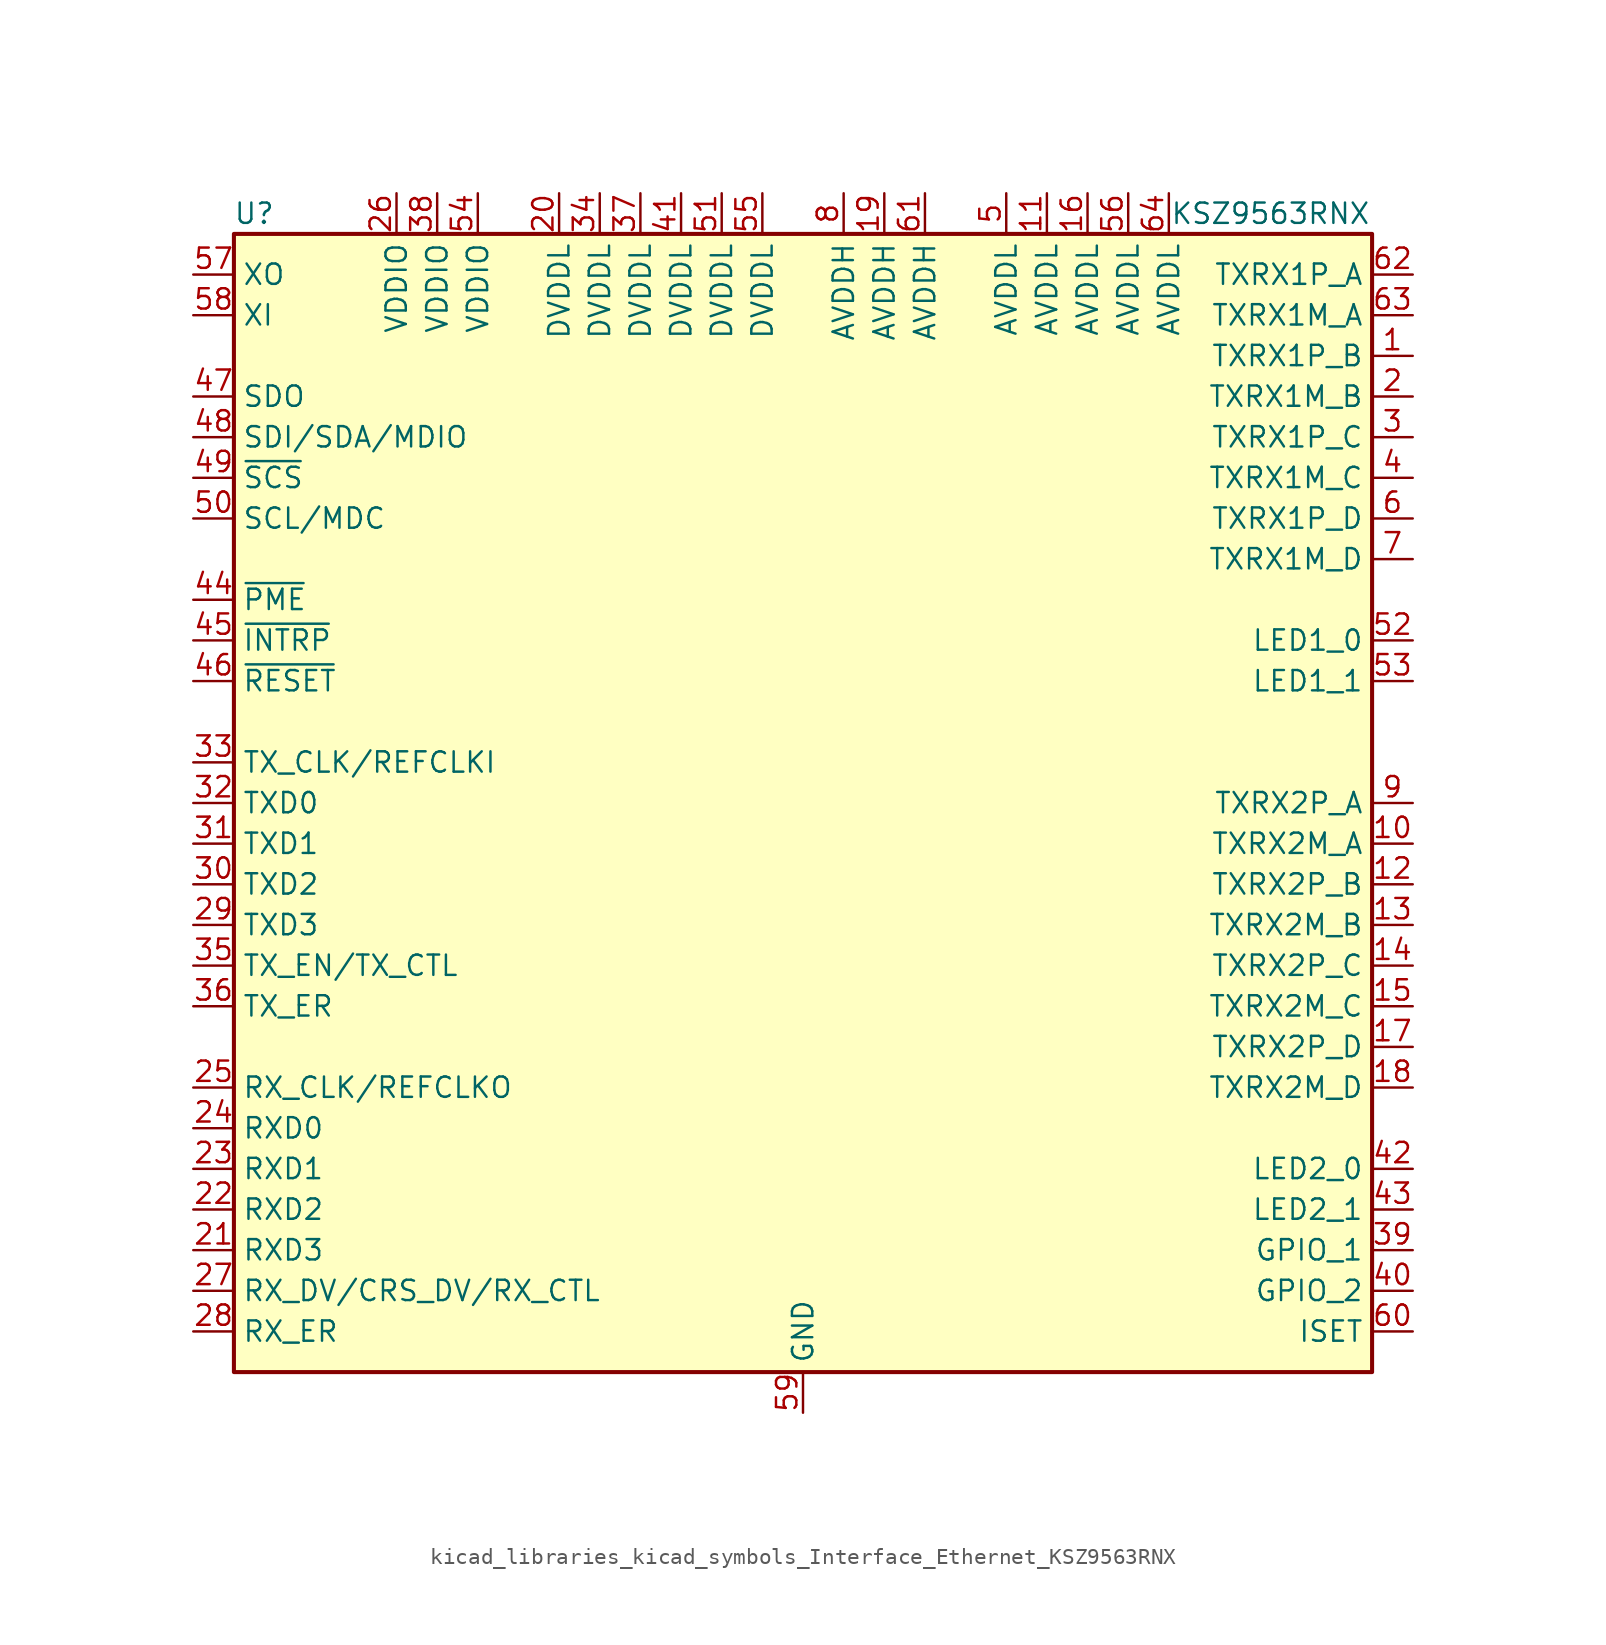
<source format=kicad_sym>
(kicad_symbol_lib
  (version 20220914)
  (generator kicad_symbol_editor)
  (symbol "kicad_libraries_kicad_symbols_Interface_Ethernet_KSZ9563RNX"
    (property "Reference" "U"
      (at -34.29 36.83 0)
      (effects (font (size 1.27 1.27))))
    (property "Value" "KSZ9563RNX"
      (at 29.21 36.83 0)
      (effects (font (size 1.27 1.27))))
    (symbol "kicad_libraries_kicad_symbols_Interface_Ethernet_KSZ9563RNX_0_1"
      (rectangle (start 35.56 -35.56) (end -35.56 35.56) (stroke (width 0.254) (type default)) (fill (type background))))
    (symbol "kicad_libraries_kicad_symbols_Interface_Ethernet_KSZ9563RNX_1_1"
      (pin passive line (at 38.1 27.94 180) (length 2.54) (name "TXRX1P_B" (effects (font (size 1.27 1.27)))) (number "1" (effects (font (size 1.27 1.27)))))
      (pin passive line (at 38.1 -2.54 180) (length 2.54) (name "TXRX2M_A" (effects (font (size 1.27 1.27)))) (number "10" (effects (font (size 1.27 1.27)))))
      (pin power_in line (at 15.24 38.1 270) (length 2.54) (name "AVDDL" (effects (font (size 1.27 1.27)))) (number "11" (effects (font (size 1.27 1.27)))))
      (pin passive line (at 38.1 -5.08 180) (length 2.54) (name "TXRX2P_B" (effects (font (size 1.27 1.27)))) (number "12" (effects (font (size 1.27 1.27)))))
      (pin passive line (at 38.1 -7.62 180) (length 2.54) (name "TXRX2M_B" (effects (font (size 1.27 1.27)))) (number "13" (effects (font (size 1.27 1.27)))))
      (pin passive line (at 38.1 -10.16 180) (length 2.54) (name "TXRX2P_C" (effects (font (size 1.27 1.27)))) (number "14" (effects (font (size 1.27 1.27)))))
      (pin passive line (at 38.1 -12.7 180) (length 2.54) (name "TXRX2M_C" (effects (font (size 1.27 1.27)))) (number "15" (effects (font (size 1.27 1.27)))))
      (pin power_in line (at 17.78 38.1 270) (length 2.54) (name "AVDDL" (effects (font (size 1.27 1.27)))) (number "16" (effects (font (size 1.27 1.27)))))
      (pin passive line (at 38.1 -15.24 180) (length 2.54) (name "TXRX2P_D" (effects (font (size 1.27 1.27)))) (number "17" (effects (font (size 1.27 1.27)))))
      (pin passive line (at 38.1 -17.78 180) (length 2.54) (name "TXRX2M_D" (effects (font (size 1.27 1.27)))) (number "18" (effects (font (size 1.27 1.27)))))
      (pin power_in line (at 5.08 38.1 270) (length 2.54) (name "AVDDH" (effects (font (size 1.27 1.27)))) (number "19" (effects (font (size 1.27 1.27)))))
      (pin passive line (at 38.1 25.4 180) (length 2.54) (name "TXRX1M_B" (effects (font (size 1.27 1.27)))) (number "2" (effects (font (size 1.27 1.27)))))
      (pin power_in line (at -15.24 38.1 270) (length 2.54) (name "DVDDL" (effects (font (size 1.27 1.27)))) (number "20" (effects (font (size 1.27 1.27)))))
      (pin output line (at -38.1 -27.94 0) (length 2.54) (name "RXD3" (effects (font (size 1.27 1.27)))) (number "21" (effects (font (size 1.27 1.27)))))
      (pin output line (at -38.1 -25.4 0) (length 2.54) (name "RXD2" (effects (font (size 1.27 1.27)))) (number "22" (effects (font (size 1.27 1.27)))))
      (pin output line (at -38.1 -22.86 0) (length 2.54) (name "RXD1" (effects (font (size 1.27 1.27)))) (number "23" (effects (font (size 1.27 1.27)))))
      (pin output line (at -38.1 -20.32 0) (length 2.54) (name "RXD0" (effects (font (size 1.27 1.27)))) (number "24" (effects (font (size 1.27 1.27)))))
      (pin bidirectional line (at -38.1 -17.78 0) (length 2.54) (name "RX_CLK/REFCLKO" (effects (font (size 1.27 1.27)))) (number "25" (effects (font (size 1.27 1.27)))))
      (pin power_in line (at -25.4 38.1 270) (length 2.54) (name "VDDIO" (effects (font (size 1.27 1.27)))) (number "26" (effects (font (size 1.27 1.27)))))
      (pin output line (at -38.1 -30.48 0) (length 2.54) (name "RX_DV/CRS_DV/RX_CTL" (effects (font (size 1.27 1.27)))) (number "27" (effects (font (size 1.27 1.27)))))
      (pin output line (at -38.1 -33.02 0) (length 2.54) (name "RX_ER" (effects (font (size 1.27 1.27)))) (number "28" (effects (font (size 1.27 1.27)))))
      (pin input line (at -38.1 -7.62 0) (length 2.54) (name "TXD3" (effects (font (size 1.27 1.27)))) (number "29" (effects (font (size 1.27 1.27)))))
      (pin passive line (at 38.1 22.86 180) (length 2.54) (name "TXRX1P_C" (effects (font (size 1.27 1.27)))) (number "3" (effects (font (size 1.27 1.27)))))
      (pin input line (at -38.1 -5.08 0) (length 2.54) (name "TXD2" (effects (font (size 1.27 1.27)))) (number "30" (effects (font (size 1.27 1.27)))))
      (pin input line (at -38.1 -2.54 0) (length 2.54) (name "TXD1" (effects (font (size 1.27 1.27)))) (number "31" (effects (font (size 1.27 1.27)))))
      (pin input line (at -38.1 0 0) (length 2.54) (name "TXD0" (effects (font (size 1.27 1.27)))) (number "32" (effects (font (size 1.27 1.27)))))
      (pin bidirectional line (at -38.1 2.54 0) (length 2.54) (name "TX_CLK/REFCLKI" (effects (font (size 1.27 1.27)))) (number "33" (effects (font (size 1.27 1.27)))))
      (pin power_in line (at -12.7 38.1 270) (length 2.54) (name "DVDDL" (effects (font (size 1.27 1.27)))) (number "34" (effects (font (size 1.27 1.27)))))
      (pin input line (at -38.1 -10.16 0) (length 2.54) (name "TX_EN/TX_CTL" (effects (font (size 1.27 1.27)))) (number "35" (effects (font (size 1.27 1.27)))))
      (pin input line (at -38.1 -12.7 0) (length 2.54) (name "TX_ER" (effects (font (size 1.27 1.27)))) (number "36" (effects (font (size 1.27 1.27)))))
      (pin power_in line (at -10.16 38.1 270) (length 2.54) (name "DVDDL" (effects (font (size 1.27 1.27)))) (number "37" (effects (font (size 1.27 1.27)))))
      (pin power_in line (at -22.86 38.1 270) (length 2.54) (name "VDDIO" (effects (font (size 1.27 1.27)))) (number "38" (effects (font (size 1.27 1.27)))))
      (pin bidirectional line (at 38.1 -27.94 180) (length 2.54) (name "GPIO_1" (effects (font (size 1.27 1.27)))) (number "39" (effects (font (size 1.27 1.27)))))
      (pin passive line (at 38.1 20.32 180) (length 2.54) (name "TXRX1M_C" (effects (font (size 1.27 1.27)))) (number "4" (effects (font (size 1.27 1.27)))))
      (pin bidirectional line (at 38.1 -30.48 180) (length 2.54) (name "GPIO_2" (effects (font (size 1.27 1.27)))) (number "40" (effects (font (size 1.27 1.27)))))
      (pin power_in line (at -7.62 38.1 270) (length 2.54) (name "DVDDL" (effects (font (size 1.27 1.27)))) (number "41" (effects (font (size 1.27 1.27)))))
      (pin output line (at 38.1 -22.86 180) (length 2.54) (name "LED2_0" (effects (font (size 1.27 1.27)))) (number "42" (effects (font (size 1.27 1.27)))))
      (pin output line (at 38.1 -25.4 180) (length 2.54) (name "LED2_1" (effects (font (size 1.27 1.27)))) (number "43" (effects (font (size 1.27 1.27)))))
      (pin output line (at -38.1 12.7 0) (length 2.54) (name "~{PME}" (effects (font (size 1.27 1.27)))) (number "44" (effects (font (size 1.27 1.27)))))
      (pin open_collector line (at -38.1 10.16 0) (length 2.54) (name "~{INTRP}" (effects (font (size 1.27 1.27)))) (number "45" (effects (font (size 1.27 1.27)))))
      (pin input line (at -38.1 7.62 0) (length 2.54) (name "~{RESET}" (effects (font (size 1.27 1.27)))) (number "46" (effects (font (size 1.27 1.27)))))
      (pin output line (at -38.1 25.4 0) (length 2.54) (name "SDO" (effects (font (size 1.27 1.27)))) (number "47" (effects (font (size 1.27 1.27)))))
      (pin bidirectional line (at -38.1 22.86 0) (length 2.54) (name "SDI/SDA/MDIO" (effects (font (size 1.27 1.27)))) (number "48" (effects (font (size 1.27 1.27)))))
      (pin input line (at -38.1 20.32 0) (length 2.54) (name "~{SCS}" (effects (font (size 1.27 1.27)))) (number "49" (effects (font (size 1.27 1.27)))))
      (pin power_in line (at 12.7 38.1 270) (length 2.54) (name "AVDDL" (effects (font (size 1.27 1.27)))) (number "5" (effects (font (size 1.27 1.27)))))
      (pin input line (at -38.1 17.78 0) (length 2.54) (name "SCL/MDC" (effects (font (size 1.27 1.27)))) (number "50" (effects (font (size 1.27 1.27)))))
      (pin power_in line (at -5.08 38.1 270) (length 2.54) (name "DVDDL" (effects (font (size 1.27 1.27)))) (number "51" (effects (font (size 1.27 1.27)))))
      (pin output line (at 38.1 10.16 180) (length 2.54) (name "LED1_0" (effects (font (size 1.27 1.27)))) (number "52" (effects (font (size 1.27 1.27)))))
      (pin output line (at 38.1 7.62 180) (length 2.54) (name "LED1_1" (effects (font (size 1.27 1.27)))) (number "53" (effects (font (size 1.27 1.27)))))
      (pin power_in line (at -20.32 38.1 270) (length 2.54) (name "VDDIO" (effects (font (size 1.27 1.27)))) (number "54" (effects (font (size 1.27 1.27)))))
      (pin power_in line (at -2.54 38.1 270) (length 2.54) (name "DVDDL" (effects (font (size 1.27 1.27)))) (number "55" (effects (font (size 1.27 1.27)))))
      (pin power_in line (at 20.32 38.1 270) (length 2.54) (name "AVDDL" (effects (font (size 1.27 1.27)))) (number "56" (effects (font (size 1.27 1.27)))))
      (pin output line (at -38.1 33.02 0) (length 2.54) (name "XO" (effects (font (size 1.27 1.27)))) (number "57" (effects (font (size 1.27 1.27)))))
      (pin input line (at -38.1 30.48 0) (length 2.54) (name "XI" (effects (font (size 1.27 1.27)))) (number "58" (effects (font (size 1.27 1.27)))))
      (pin power_in line (at 0 -38.1 90) (length 2.54) (name "GND" (effects (font (size 1.27 1.27)))) (number "59" (effects (font (size 1.27 1.27)))))
      (pin passive line (at 38.1 17.78 180) (length 2.54) (name "TXRX1P_D" (effects (font (size 1.27 1.27)))) (number "6" (effects (font (size 1.27 1.27)))))
      (pin passive line (at 38.1 -33.02 180) (length 2.54) (name "ISET" (effects (font (size 1.27 1.27)))) (number "60" (effects (font (size 1.27 1.27)))))
      (pin power_in line (at 7.62 38.1 270) (length 2.54) (name "AVDDH" (effects (font (size 1.27 1.27)))) (number "61" (effects (font (size 1.27 1.27)))))
      (pin passive line (at 38.1 33.02 180) (length 2.54) (name "TXRX1P_A" (effects (font (size 1.27 1.27)))) (number "62" (effects (font (size 1.27 1.27)))))
      (pin passive line (at 38.1 30.48 180) (length 2.54) (name "TXRX1M_A" (effects (font (size 1.27 1.27)))) (number "63" (effects (font (size 1.27 1.27)))))
      (pin power_in line (at 22.86 38.1 270) (length 2.54) (name "AVDDL" (effects (font (size 1.27 1.27)))) (number "64" (effects (font (size 1.27 1.27)))))
      (pin passive line (at 0 -38.1 90) (length 2.54) hide (name "GND" (effects (font (size 1.27 1.27)))) (number "65" (effects (font (size 1.27 1.27)))))
      (pin passive line (at 38.1 15.24 180) (length 2.54) (name "TXRX1M_D" (effects (font (size 1.27 1.27)))) (number "7" (effects (font (size 1.27 1.27)))))
      (pin power_in line (at 2.54 38.1 270) (length 2.54) (name "AVDDH" (effects (font (size 1.27 1.27)))) (number "8" (effects (font (size 1.27 1.27)))))
      (pin passive line (at 38.1 0 180) (length 2.54) (name "TXRX2P_A" (effects (font (size 1.27 1.27)))) (number "9" (effects (font (size 1.27 1.27))))))))
</source>
